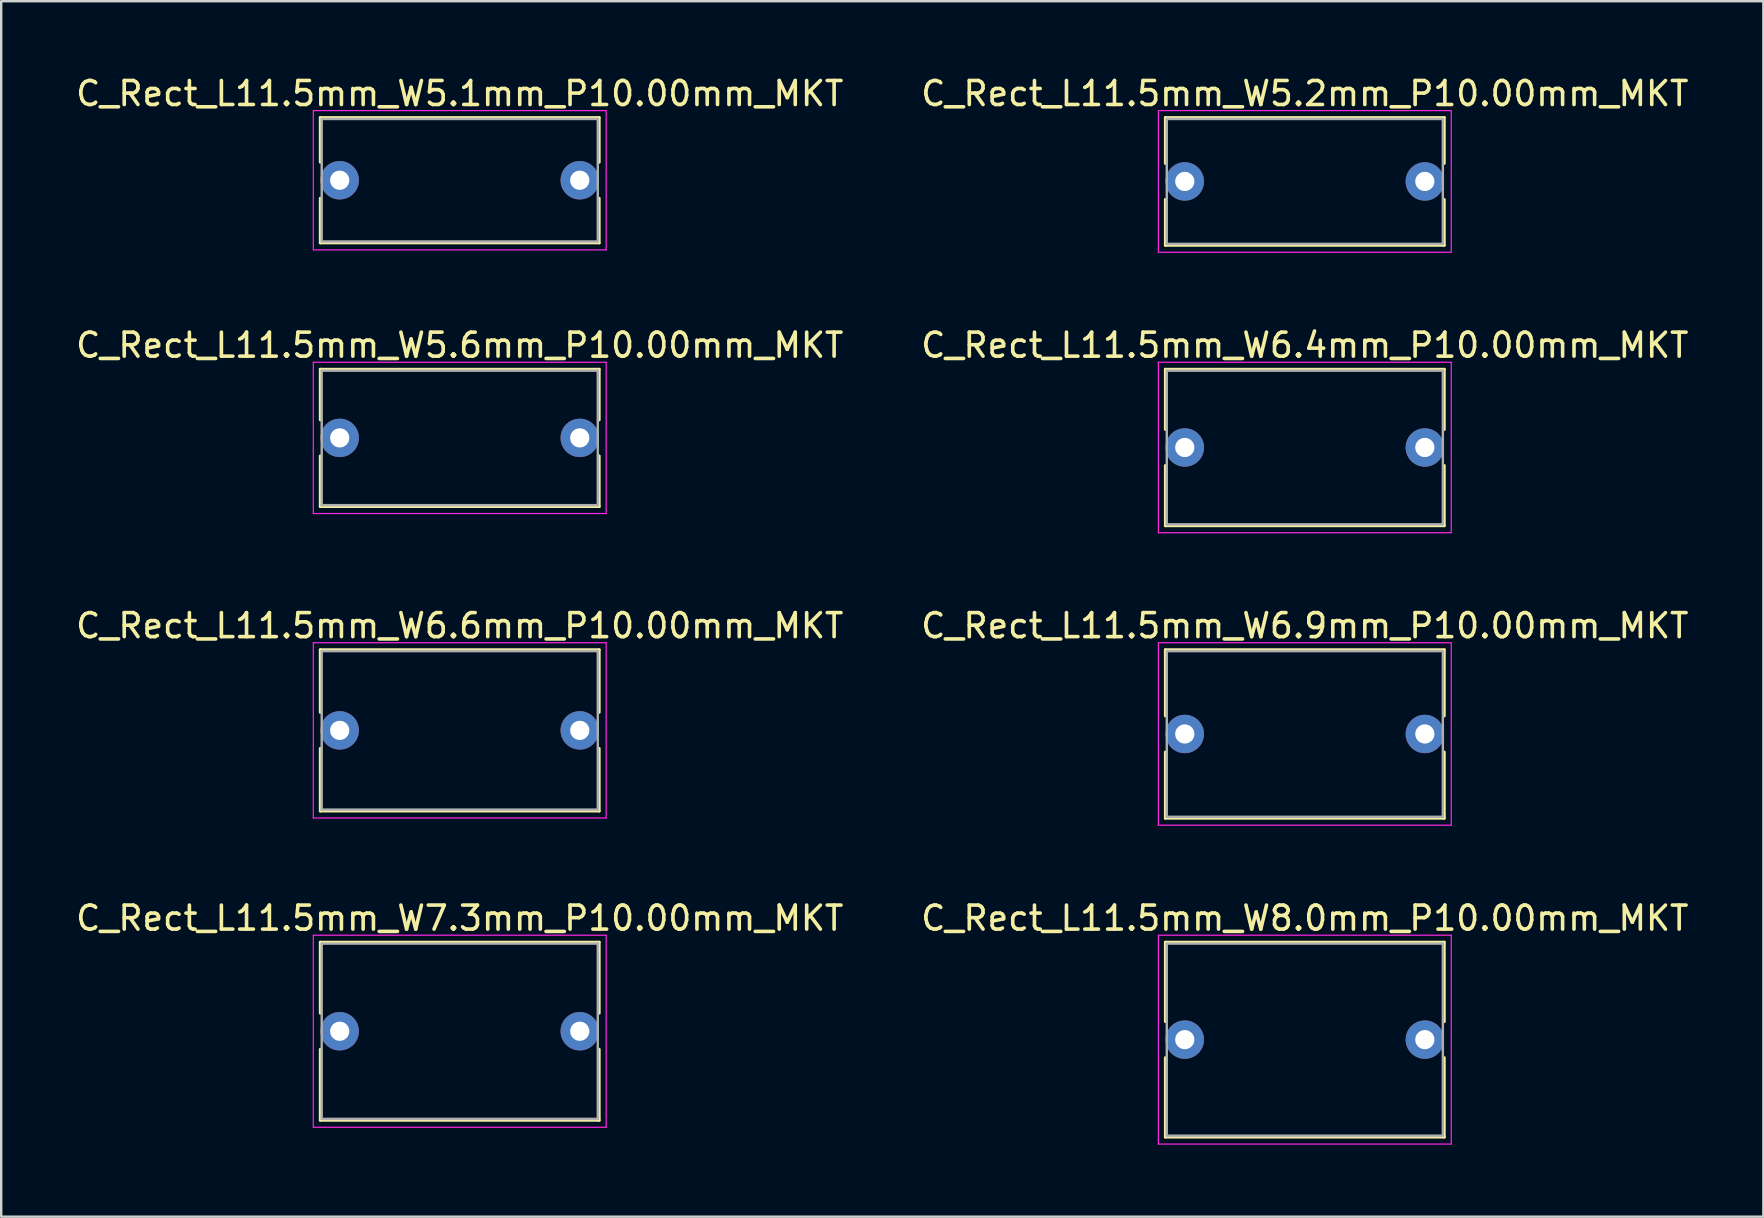
<source format=kicad_pcb>
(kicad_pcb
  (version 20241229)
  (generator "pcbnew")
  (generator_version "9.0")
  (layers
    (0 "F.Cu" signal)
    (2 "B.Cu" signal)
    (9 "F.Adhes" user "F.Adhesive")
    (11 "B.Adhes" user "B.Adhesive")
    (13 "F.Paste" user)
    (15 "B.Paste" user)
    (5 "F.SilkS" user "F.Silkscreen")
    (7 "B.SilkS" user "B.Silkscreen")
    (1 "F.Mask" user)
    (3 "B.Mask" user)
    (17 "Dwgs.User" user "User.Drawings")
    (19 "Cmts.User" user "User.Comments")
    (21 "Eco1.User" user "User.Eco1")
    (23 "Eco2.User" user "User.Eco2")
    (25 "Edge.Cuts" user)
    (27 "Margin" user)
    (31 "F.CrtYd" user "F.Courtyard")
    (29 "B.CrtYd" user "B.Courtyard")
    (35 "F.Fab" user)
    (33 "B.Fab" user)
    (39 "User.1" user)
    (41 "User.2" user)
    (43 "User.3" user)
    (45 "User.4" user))
  (footprint "C_Rect_L11.5mm_W6.9mm_P10.00mm_MKT"
    (layer "F.Cu")
    (at 46.304 27.525)
    (property "Reference" "C_Rect_L11.5mm_W6.9mm_P10.00mm_MKT" (at 5 -4.51 0) (layer "F.SilkS") (effects (font (size 1 1) (thickness 0.15))))
    (attr through_hole)
    (fp_line (start -0.81 -3.51) (end -0.81 -0.75) (stroke (width 0.12) (type solid)) (layer "F.SilkS"))
    (fp_line (start -0.81 -3.51) (end 10.81 -3.51) (stroke (width 0.12) (type solid)) (layer "F.SilkS"))
    (fp_line (start -0.81 0.75) (end -0.81 3.51) (stroke (width 0.12) (type solid)) (layer "F.SilkS"))
    (fp_line (start -0.81 3.51) (end 10.81 3.51) (stroke (width 0.12) (type solid)) (layer "F.SilkS"))
    (fp_line (start 10.81 -3.51) (end 10.81 -0.75) (stroke (width 0.12) (type solid)) (layer "F.SilkS"))
    (fp_line (start 10.81 0.75) (end 10.81 3.51) (stroke (width 0.12) (type solid)) (layer "F.SilkS"))
    (fp_line (start -1.1 -3.8) (end -1.1 3.8) (stroke (width 0.05) (type solid)) (layer "F.CrtYd"))
    (fp_line (start -1.1 3.8) (end 11.1 3.8) (stroke (width 0.05) (type solid)) (layer "F.CrtYd"))
    (fp_line (start 11.1 -3.8) (end -1.1 -3.8) (stroke (width 0.05) (type solid)) (layer "F.CrtYd"))
    (fp_line (start 11.1 3.8) (end 11.1 -3.8) (stroke (width 0.05) (type solid)) (layer "F.CrtYd"))
    (fp_line (start -0.75 -3.45) (end -0.75 3.45) (stroke (width 0.1) (type solid)) (layer "F.Fab"))
    (fp_line (start -0.75 3.45) (end 10.75 3.45) (stroke (width 0.1) (type solid)) (layer "F.Fab"))
    (fp_line (start 10.75 -3.45) (end -0.75 -3.45) (stroke (width 0.1) (type solid)) (layer "F.Fab"))
    (fp_line (start 10.75 3.45) (end 10.75 -3.45) (stroke (width 0.1) (type solid)) (layer "F.Fab"))
    (pad "1" thru_hole circle (at 0 0) (size 1.6 1.6) (drill 0.8) (layers "*.Cu" "*.Mask"))
    (pad "2" thru_hole circle (at 10 0) (size 1.6 1.6) (drill 0.8) (layers "*.Cu" "*.Mask")))
  (footprint "C_Rect_L11.5mm_W5.1mm_P10.00mm_MKT"
    (layer "F.Cu")
    (at 11.101 4.458)
    (property "Reference" "C_Rect_L11.5mm_W5.1mm_P10.00mm_MKT" (at 5 -3.61 0) (layer "F.SilkS") (effects (font (size 1 1) (thickness 0.15))))
    (attr through_hole)
    (fp_line (start -0.81 -2.61) (end -0.81 -0.75) (stroke (width 0.12) (type solid)) (layer "F.SilkS"))
    (fp_line (start -0.81 -2.61) (end 10.81 -2.61) (stroke (width 0.12) (type solid)) (layer "F.SilkS"))
    (fp_line (start -0.81 0.75) (end -0.81 2.61) (stroke (width 0.12) (type solid)) (layer "F.SilkS"))
    (fp_line (start -0.81 2.61) (end 10.81 2.61) (stroke (width 0.12) (type solid)) (layer "F.SilkS"))
    (fp_line (start 10.81 -2.61) (end 10.81 -0.75) (stroke (width 0.12) (type solid)) (layer "F.SilkS"))
    (fp_line (start 10.81 0.75) (end 10.81 2.61) (stroke (width 0.12) (type solid)) (layer "F.SilkS"))
    (fp_line (start -1.1 -2.9) (end -1.1 2.9) (stroke (width 0.05) (type solid)) (layer "F.CrtYd"))
    (fp_line (start -1.1 2.9) (end 11.1 2.9) (stroke (width 0.05) (type solid)) (layer "F.CrtYd"))
    (fp_line (start 11.1 -2.9) (end -1.1 -2.9) (stroke (width 0.05) (type solid)) (layer "F.CrtYd"))
    (fp_line (start 11.1 2.9) (end 11.1 -2.9) (stroke (width 0.05) (type solid)) (layer "F.CrtYd"))
    (fp_line (start -0.75 -2.55) (end -0.75 2.55) (stroke (width 0.1) (type solid)) (layer "F.Fab"))
    (fp_line (start -0.75 2.55) (end 10.75 2.55) (stroke (width 0.1) (type solid)) (layer "F.Fab"))
    (fp_line (start 10.75 -2.55) (end -0.75 -2.55) (stroke (width 0.1) (type solid)) (layer "F.Fab"))
    (fp_line (start 10.75 2.55) (end 10.75 -2.55) (stroke (width 0.1) (type solid)) (layer "F.Fab"))
    (pad "1" thru_hole circle (at 0 0) (size 1.6 1.6) (drill 0.8) (layers "*.Cu" "*.Mask"))
    (pad "2" thru_hole circle (at 10 0) (size 1.6 1.6) (drill 0.8) (layers "*.Cu" "*.Mask")))
  (footprint "C_Rect_L11.5mm_W7.3mm_P10.00mm_MKT"
    (layer "F.Cu")
    (at 11.101 39.908)
    (property "Reference" "C_Rect_L11.5mm_W7.3mm_P10.00mm_MKT" (at 5 -4.71 0) (layer "F.SilkS") (effects (font (size 1 1) (thickness 0.15))))
    (attr through_hole)
    (fp_line (start -0.81 -3.71) (end -0.81 -0.75) (stroke (width 0.12) (type solid)) (layer "F.SilkS"))
    (fp_line (start -0.81 -3.71) (end 10.81 -3.71) (stroke (width 0.12) (type solid)) (layer "F.SilkS"))
    (fp_line (start -0.81 0.75) (end -0.81 3.71) (stroke (width 0.12) (type solid)) (layer "F.SilkS"))
    (fp_line (start -0.81 3.71) (end 10.81 3.71) (stroke (width 0.12) (type solid)) (layer "F.SilkS"))
    (fp_line (start 10.81 -3.71) (end 10.81 -0.75) (stroke (width 0.12) (type solid)) (layer "F.SilkS"))
    (fp_line (start 10.81 0.75) (end 10.81 3.71) (stroke (width 0.12) (type solid)) (layer "F.SilkS"))
    (fp_line (start -1.1 -4) (end -1.1 4) (stroke (width 0.05) (type solid)) (layer "F.CrtYd"))
    (fp_line (start -1.1 4) (end 11.1 4) (stroke (width 0.05) (type solid)) (layer "F.CrtYd"))
    (fp_line (start 11.1 -4) (end -1.1 -4) (stroke (width 0.05) (type solid)) (layer "F.CrtYd"))
    (fp_line (start 11.1 4) (end 11.1 -4) (stroke (width 0.05) (type solid)) (layer "F.CrtYd"))
    (fp_line (start -0.75 -3.65) (end -0.75 3.65) (stroke (width 0.1) (type solid)) (layer "F.Fab"))
    (fp_line (start -0.75 3.65) (end 10.75 3.65) (stroke (width 0.1) (type solid)) (layer "F.Fab"))
    (fp_line (start 10.75 -3.65) (end -0.75 -3.65) (stroke (width 0.1) (type solid)) (layer "F.Fab"))
    (fp_line (start 10.75 3.65) (end 10.75 -3.65) (stroke (width 0.1) (type solid)) (layer "F.Fab"))
    (pad "1" thru_hole circle (at 0 0) (size 1.6 1.6) (drill 0.8) (layers "*.Cu" "*.Mask"))
    (pad "2" thru_hole circle (at 10 0) (size 1.6 1.6) (drill 0.8) (layers "*.Cu" "*.Mask")))
  (footprint "C_Rect_L11.5mm_W6.6mm_P10.00mm_MKT"
    (layer "F.Cu")
    (at 11.101 27.375)
    (property "Reference" "C_Rect_L11.5mm_W6.6mm_P10.00mm_MKT" (at 5 -4.36 0) (layer "F.SilkS") (effects (font (size 1 1) (thickness 0.15))))
    (attr through_hole)
    (fp_line (start -0.81 -3.36) (end -0.81 -0.75) (stroke (width 0.12) (type solid)) (layer "F.SilkS"))
    (fp_line (start -0.81 -3.36) (end 10.81 -3.36) (stroke (width 0.12) (type solid)) (layer "F.SilkS"))
    (fp_line (start -0.81 0.75) (end -0.81 3.36) (stroke (width 0.12) (type solid)) (layer "F.SilkS"))
    (fp_line (start -0.81 3.36) (end 10.81 3.36) (stroke (width 0.12) (type solid)) (layer "F.SilkS"))
    (fp_line (start 10.81 -3.36) (end 10.81 -0.75) (stroke (width 0.12) (type solid)) (layer "F.SilkS"))
    (fp_line (start 10.81 0.75) (end 10.81 3.36) (stroke (width 0.12) (type solid)) (layer "F.SilkS"))
    (fp_line (start -1.1 -3.65) (end -1.1 3.65) (stroke (width 0.05) (type solid)) (layer "F.CrtYd"))
    (fp_line (start -1.1 3.65) (end 11.1 3.65) (stroke (width 0.05) (type solid)) (layer "F.CrtYd"))
    (fp_line (start 11.1 -3.65) (end -1.1 -3.65) (stroke (width 0.05) (type solid)) (layer "F.CrtYd"))
    (fp_line (start 11.1 3.65) (end 11.1 -3.65) (stroke (width 0.05) (type solid)) (layer "F.CrtYd"))
    (fp_line (start -0.75 -3.3) (end -0.75 3.3) (stroke (width 0.1) (type solid)) (layer "F.Fab"))
    (fp_line (start -0.75 3.3) (end 10.75 3.3) (stroke (width 0.1) (type solid)) (layer "F.Fab"))
    (fp_line (start 10.75 -3.3) (end -0.75 -3.3) (stroke (width 0.1) (type solid)) (layer "F.Fab"))
    (fp_line (start 10.75 3.3) (end 10.75 -3.3) (stroke (width 0.1) (type solid)) (layer "F.Fab"))
    (pad "1" thru_hole circle (at 0 0) (size 1.6 1.6) (drill 0.8) (layers "*.Cu" "*.Mask"))
    (pad "2" thru_hole circle (at 10 0) (size 1.6 1.6) (drill 0.8) (layers "*.Cu" "*.Mask")))
  (footprint "C_Rect_L11.5mm_W8.0mm_P10.00mm_MKT"
    (layer "F.Cu")
    (at 46.304 40.258)
    (property "Reference" "C_Rect_L11.5mm_W8.0mm_P10.00mm_MKT" (at 5 -5.06 0) (layer "F.SilkS") (effects (font (size 1 1) (thickness 0.15))))
    (attr through_hole)
    (fp_line (start -0.81 -4.06) (end -0.81 -0.75) (stroke (width 0.12) (type solid)) (layer "F.SilkS"))
    (fp_line (start -0.81 -4.06) (end 10.81 -4.06) (stroke (width 0.12) (type solid)) (layer "F.SilkS"))
    (fp_line (start -0.81 0.75) (end -0.81 4.06) (stroke (width 0.12) (type solid)) (layer "F.SilkS"))
    (fp_line (start -0.81 4.06) (end 10.81 4.06) (stroke (width 0.12) (type solid)) (layer "F.SilkS"))
    (fp_line (start 10.81 -4.06) (end 10.81 -0.75) (stroke (width 0.12) (type solid)) (layer "F.SilkS"))
    (fp_line (start 10.81 0.75) (end 10.81 4.06) (stroke (width 0.12) (type solid)) (layer "F.SilkS"))
    (fp_line (start -1.1 -4.35) (end -1.1 4.35) (stroke (width 0.05) (type solid)) (layer "F.CrtYd"))
    (fp_line (start -1.1 4.35) (end 11.1 4.35) (stroke (width 0.05) (type solid)) (layer "F.CrtYd"))
    (fp_line (start 11.1 -4.35) (end -1.1 -4.35) (stroke (width 0.05) (type solid)) (layer "F.CrtYd"))
    (fp_line (start 11.1 4.35) (end 11.1 -4.35) (stroke (width 0.05) (type solid)) (layer "F.CrtYd"))
    (fp_line (start -0.75 -4) (end -0.75 4) (stroke (width 0.1) (type solid)) (layer "F.Fab"))
    (fp_line (start -0.75 4) (end 10.75 4) (stroke (width 0.1) (type solid)) (layer "F.Fab"))
    (fp_line (start 10.75 -4) (end -0.75 -4) (stroke (width 0.1) (type solid)) (layer "F.Fab"))
    (fp_line (start 10.75 4) (end 10.75 -4) (stroke (width 0.1) (type solid)) (layer "F.Fab"))
    (pad "1" thru_hole circle (at 0 0) (size 1.6 1.6) (drill 0.8) (layers "*.Cu" "*.Mask"))
    (pad "2" thru_hole circle (at 10 0) (size 1.6 1.6) (drill 0.8) (layers "*.Cu" "*.Mask")))
  (footprint "C_Rect_L11.5mm_W5.2mm_P10.00mm_MKT"
    (layer "F.Cu")
    (at 46.304 4.508)
    (property "Reference" "C_Rect_L11.5mm_W5.2mm_P10.00mm_MKT" (at 5 -3.66 0) (layer "F.SilkS") (effects (font (size 1 1) (thickness 0.15))))
    (attr through_hole)
    (fp_line (start -0.81 -2.66) (end -0.81 -0.75) (stroke (width 0.12) (type solid)) (layer "F.SilkS"))
    (fp_line (start -0.81 -2.66) (end 10.81 -2.66) (stroke (width 0.12) (type solid)) (layer "F.SilkS"))
    (fp_line (start -0.81 0.75) (end -0.81 2.66) (stroke (width 0.12) (type solid)) (layer "F.SilkS"))
    (fp_line (start -0.81 2.66) (end 10.81 2.66) (stroke (width 0.12) (type solid)) (layer "F.SilkS"))
    (fp_line (start 10.81 -2.66) (end 10.81 -0.75) (stroke (width 0.12) (type solid)) (layer "F.SilkS"))
    (fp_line (start 10.81 0.75) (end 10.81 2.66) (stroke (width 0.12) (type solid)) (layer "F.SilkS"))
    (fp_line (start -1.1 -2.95) (end -1.1 2.95) (stroke (width 0.05) (type solid)) (layer "F.CrtYd"))
    (fp_line (start -1.1 2.95) (end 11.1 2.95) (stroke (width 0.05) (type solid)) (layer "F.CrtYd"))
    (fp_line (start 11.1 -2.95) (end -1.1 -2.95) (stroke (width 0.05) (type solid)) (layer "F.CrtYd"))
    (fp_line (start 11.1 2.95) (end 11.1 -2.95) (stroke (width 0.05) (type solid)) (layer "F.CrtYd"))
    (fp_line (start -0.75 -2.6) (end -0.75 2.6) (stroke (width 0.1) (type solid)) (layer "F.Fab"))
    (fp_line (start -0.75 2.6) (end 10.75 2.6) (stroke (width 0.1) (type solid)) (layer "F.Fab"))
    (fp_line (start 10.75 -2.6) (end -0.75 -2.6) (stroke (width 0.1) (type solid)) (layer "F.Fab"))
    (fp_line (start 10.75 2.6) (end 10.75 -2.6) (stroke (width 0.1) (type solid)) (layer "F.Fab"))
    (pad "1" thru_hole circle (at 0 0) (size 1.6 1.6) (drill 0.8) (layers "*.Cu" "*.Mask"))
    (pad "2" thru_hole circle (at 10 0) (size 1.6 1.6) (drill 0.8) (layers "*.Cu" "*.Mask")))
  (footprint "C_Rect_L11.5mm_W5.6mm_P10.00mm_MKT"
    (layer "F.Cu")
    (at 11.101 15.191)
    (property "Reference" "C_Rect_L11.5mm_W5.6mm_P10.00mm_MKT" (at 5 -3.86 0) (layer "F.SilkS") (effects (font (size 1 1) (thickness 0.15))))
    (attr through_hole)
    (fp_line (start -0.81 -2.86) (end -0.81 -0.75) (stroke (width 0.12) (type solid)) (layer "F.SilkS"))
    (fp_line (start -0.81 -2.86) (end 10.81 -2.86) (stroke (width 0.12) (type solid)) (layer "F.SilkS"))
    (fp_line (start -0.81 0.75) (end -0.81 2.86) (stroke (width 0.12) (type solid)) (layer "F.SilkS"))
    (fp_line (start -0.81 2.86) (end 10.81 2.86) (stroke (width 0.12) (type solid)) (layer "F.SilkS"))
    (fp_line (start 10.81 -2.86) (end 10.81 -0.75) (stroke (width 0.12) (type solid)) (layer "F.SilkS"))
    (fp_line (start 10.81 0.75) (end 10.81 2.86) (stroke (width 0.12) (type solid)) (layer "F.SilkS"))
    (fp_line (start -1.1 -3.15) (end -1.1 3.15) (stroke (width 0.05) (type solid)) (layer "F.CrtYd"))
    (fp_line (start -1.1 3.15) (end 11.1 3.15) (stroke (width 0.05) (type solid)) (layer "F.CrtYd"))
    (fp_line (start 11.1 -3.15) (end -1.1 -3.15) (stroke (width 0.05) (type solid)) (layer "F.CrtYd"))
    (fp_line (start 11.1 3.15) (end 11.1 -3.15) (stroke (width 0.05) (type solid)) (layer "F.CrtYd"))
    (fp_line (start -0.75 -2.8) (end -0.75 2.8) (stroke (width 0.1) (type solid)) (layer "F.Fab"))
    (fp_line (start -0.75 2.8) (end 10.75 2.8) (stroke (width 0.1) (type solid)) (layer "F.Fab"))
    (fp_line (start 10.75 -2.8) (end -0.75 -2.8) (stroke (width 0.1) (type solid)) (layer "F.Fab"))
    (fp_line (start 10.75 2.8) (end 10.75 -2.8) (stroke (width 0.1) (type solid)) (layer "F.Fab"))
    (pad "1" thru_hole circle (at 0 0) (size 1.6 1.6) (drill 0.8) (layers "*.Cu" "*.Mask"))
    (pad "2" thru_hole circle (at 10 0) (size 1.6 1.6) (drill 0.8) (layers "*.Cu" "*.Mask")))
  (footprint "C_Rect_L11.5mm_W6.4mm_P10.00mm_MKT"
    (layer "F.Cu")
    (at 46.304 15.591)
    (property "Reference" "C_Rect_L11.5mm_W6.4mm_P10.00mm_MKT" (at 5 -4.26 0) (layer "F.SilkS") (effects (font (size 1 1) (thickness 0.15))))
    (attr through_hole)
    (fp_line (start -0.81 -3.26) (end -0.81 -0.75) (stroke (width 0.12) (type solid)) (layer "F.SilkS"))
    (fp_line (start -0.81 -3.26) (end 10.81 -3.26) (stroke (width 0.12) (type solid)) (layer "F.SilkS"))
    (fp_line (start -0.81 0.75) (end -0.81 3.26) (stroke (width 0.12) (type solid)) (layer "F.SilkS"))
    (fp_line (start -0.81 3.26) (end 10.81 3.26) (stroke (width 0.12) (type solid)) (layer "F.SilkS"))
    (fp_line (start 10.81 -3.26) (end 10.81 -0.75) (stroke (width 0.12) (type solid)) (layer "F.SilkS"))
    (fp_line (start 10.81 0.75) (end 10.81 3.26) (stroke (width 0.12) (type solid)) (layer "F.SilkS"))
    (fp_line (start -1.1 -3.55) (end -1.1 3.55) (stroke (width 0.05) (type solid)) (layer "F.CrtYd"))
    (fp_line (start -1.1 3.55) (end 11.1 3.55) (stroke (width 0.05) (type solid)) (layer "F.CrtYd"))
    (fp_line (start 11.1 -3.55) (end -1.1 -3.55) (stroke (width 0.05) (type solid)) (layer "F.CrtYd"))
    (fp_line (start 11.1 3.55) (end 11.1 -3.55) (stroke (width 0.05) (type solid)) (layer "F.CrtYd"))
    (fp_line (start -0.75 -3.2) (end -0.75 3.2) (stroke (width 0.1) (type solid)) (layer "F.Fab"))
    (fp_line (start -0.75 3.2) (end 10.75 3.2) (stroke (width 0.1) (type solid)) (layer "F.Fab"))
    (fp_line (start 10.75 -3.2) (end -0.75 -3.2) (stroke (width 0.1) (type solid)) (layer "F.Fab"))
    (fp_line (start 10.75 3.2) (end 10.75 -3.2) (stroke (width 0.1) (type solid)) (layer "F.Fab"))
    (pad "1" thru_hole circle (at 0 0) (size 1.6 1.6) (drill 0.8) (layers "*.Cu" "*.Mask"))
    (pad "2" thru_hole circle (at 10 0) (size 1.6 1.6) (drill 0.8) (layers "*.Cu" "*.Mask")))
  (gr_rect
    (start -3 -3)
    (end 70.405 47.633)
    (stroke (width 0.1) (type default))
    (fill no)
    (layer "Edge.Cuts")))
</source>
